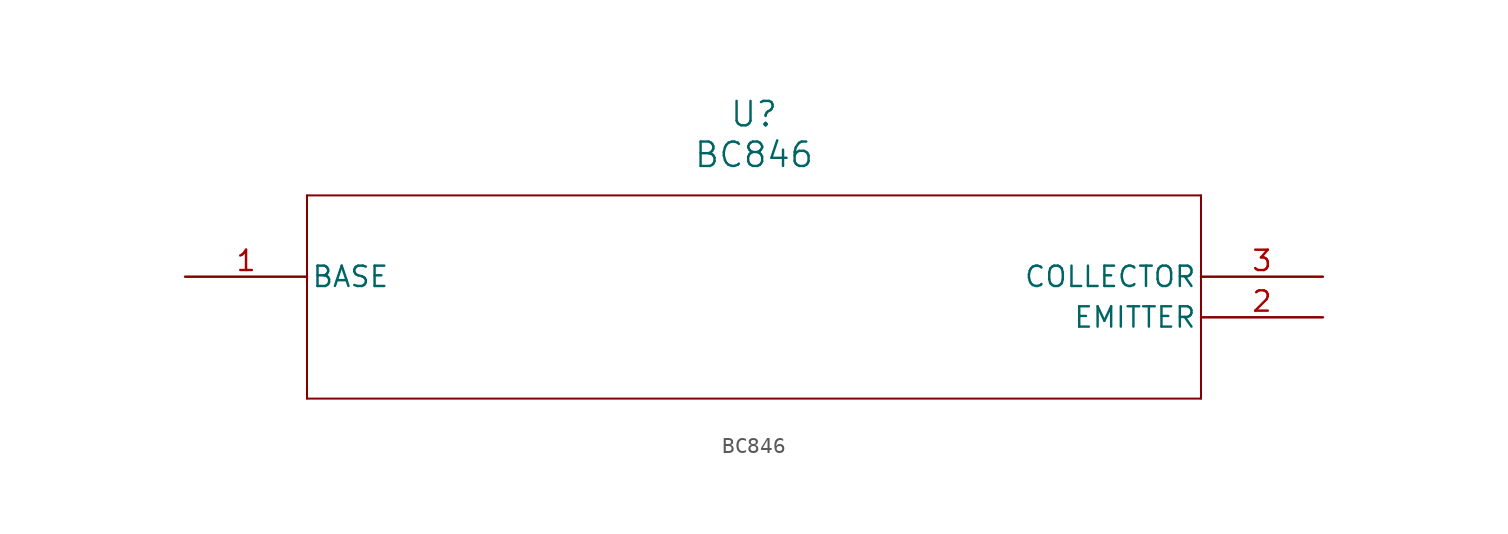
<source format=kicad_sym>
(kicad_symbol_lib
  (version 20211014)
  (generator kicad_symbol_editor)
  (symbol "BC846"
    (pin_names
      (offset 0.254))
    (property "Reference" "U"
      (at 35.56 10.16 0)
      (effects (font (size 1.524 1.524))))
    (property "Value" "BC846"
      (at 35.56 7.62 0)
      (effects (font (size 1.524 1.524))))
    (symbol "BC846_0_1"
      (polyline (pts (xy 7.62 5.08) (xy 7.62 -7.62)) (stroke (width 0.127) (type default) (color 0 0 0 0)) (fill (type none)))
      (polyline (pts (xy 7.62 -7.62) (xy 63.5 -7.62)) (stroke (width 0.127) (type default) (color 0 0 0 0)) (fill (type none)))
      (polyline (pts (xy 63.5 -7.62) (xy 63.5 5.08)) (stroke (width 0.127) (type default) (color 0 0 0 0)) (fill (type none)))
      (polyline (pts (xy 63.5 5.08) (xy 7.62 5.08)) (stroke (width 0.127) (type default) (color 0 0 0 0)) (fill (type none)))
      (pin unspecified line (at 0 0 0) (length 7.62) (name "BASE" (effects (font (size 1.27 1.27)))) (number "1" (effects (font (size 1.27 1.27)))))
      (pin unspecified line (at 71.12 -2.54 180) (length 7.62) (name "EMITTER" (effects (font (size 1.27 1.27)))) (number "2" (effects (font (size 1.27 1.27)))))
      (pin unspecified line (at 71.12 0 180) (length 7.62) (name "COLLECTOR" (effects (font (size 1.27 1.27)))) (number "3" (effects (font (size 1.27 1.27))))))))
</source>
